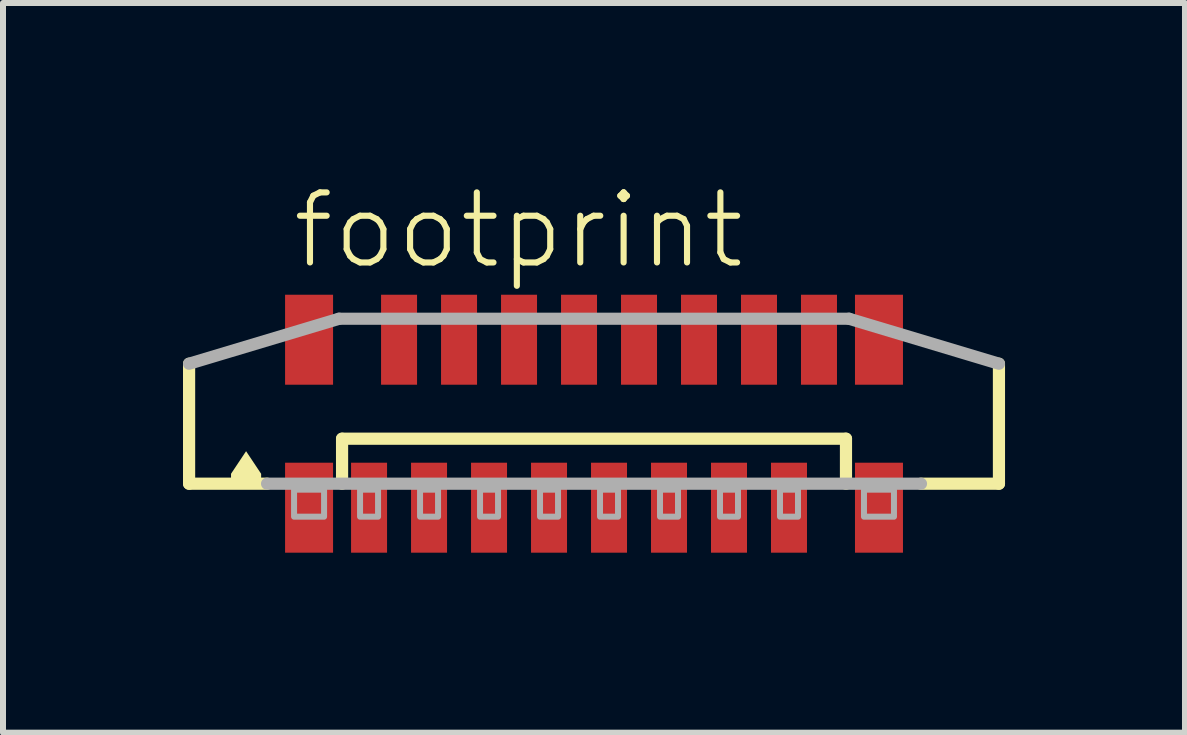
<source format=kicad_pcb>
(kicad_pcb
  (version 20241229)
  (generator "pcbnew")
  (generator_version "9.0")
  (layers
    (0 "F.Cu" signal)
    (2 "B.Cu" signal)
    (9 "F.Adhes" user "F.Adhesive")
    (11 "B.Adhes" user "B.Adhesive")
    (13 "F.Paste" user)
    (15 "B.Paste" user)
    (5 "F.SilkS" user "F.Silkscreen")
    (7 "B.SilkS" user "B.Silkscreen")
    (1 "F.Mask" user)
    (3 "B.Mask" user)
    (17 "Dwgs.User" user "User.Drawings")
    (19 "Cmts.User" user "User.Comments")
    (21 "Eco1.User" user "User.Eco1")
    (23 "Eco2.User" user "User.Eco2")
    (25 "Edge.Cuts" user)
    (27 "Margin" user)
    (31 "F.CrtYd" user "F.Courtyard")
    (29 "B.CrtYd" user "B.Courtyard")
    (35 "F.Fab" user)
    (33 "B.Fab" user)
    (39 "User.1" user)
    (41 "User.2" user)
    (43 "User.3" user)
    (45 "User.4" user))
  (footprint "footprint"
    (layer "F.Cu")
    (at 6.852 4.013)
    (property "Reference" "footprint" (at -5.08 -2.54 0) (layer "F.SilkS") (effects (font (size 1.168 1.168) (thickness 0.102)) (justify left bottom)))
    (fp_line (start -6.75 1) (end -6.75 -1) (stroke (width 0.203) (type solid)) (layer "F.SilkS"))
    (fp_line (start -5.45 1) (end -6.75 1) (stroke (width 0.203) (type solid)) (layer "F.SilkS"))
    (fp_line (start -4.2 0.25) (end 4.2 0.25) (stroke (width 0.203) (type solid)) (layer "F.SilkS"))
    (fp_line (start -4.2 1) (end -4.2 0.25) (stroke (width 0.203) (type solid)) (layer "F.SilkS"))
    (fp_line (start 4.2 0.25) (end 4.2 1) (stroke (width 0.203) (type solid)) (layer "F.SilkS"))
    (fp_line (start 6.75 -1) (end 6.75 1) (stroke (width 0.203) (type solid)) (layer "F.SilkS"))
    (fp_line (start 6.75 1) (end 5.45 1) (stroke (width 0.203) (type solid)) (layer "F.SilkS"))
    (fp_poly (pts (xy -5.549 0.835) (xy -5.549 1.001) (xy -6.051 1.001) (xy -6.051 0.835) (xy -5.8 0.458)) (stroke (width 0) (type solid)) (fill yes) (layer "F.SilkS"))
    (fp_line (start -6.75 -1) (end -4.25 -1.75) (stroke (width 0.203) (type solid)) (layer "F.Fab"))
    (fp_line (start -4.25 -1.75) (end 4.25 -1.75) (stroke (width 0.203) (type solid)) (layer "F.Fab"))
    (fp_line (start 4.25 -1.75) (end 6.75 -1) (stroke (width 0.203) (type solid)) (layer "F.Fab"))
    (fp_line (start 5.45 1) (end -5.45 1) (stroke (width 0.203) (type solid)) (layer "F.Fab"))
    (fp_poly (pts (xy -5 1.55) (xy -4.5 1.55) (xy -4.5 1.1) (xy -5 1.1)) (stroke (width 0.1) (type solid)) (fill no) (layer "F.Fab"))
    (fp_poly (pts (xy -3.9 1.55) (xy -3.6 1.55) (xy -3.6 1.1) (xy -3.9 1.1)) (stroke (width 0.1) (type solid)) (fill no) (layer "F.Fab"))
    (fp_poly (pts (xy -2.9 1.55) (xy -2.6 1.55) (xy -2.6 1.1) (xy -2.9 1.1)) (stroke (width 0.1) (type solid)) (fill no) (layer "F.Fab"))
    (fp_poly (pts (xy -1.9 1.55) (xy -1.6 1.55) (xy -1.6 1.1) (xy -1.9 1.1)) (stroke (width 0.1) (type solid)) (fill no) (layer "F.Fab"))
    (fp_poly (pts (xy -0.9 1.55) (xy -0.6 1.55) (xy -0.6 1.1) (xy -0.9 1.1)) (stroke (width 0.1) (type solid)) (fill no) (layer "F.Fab"))
    (fp_poly (pts (xy 0.1 1.55) (xy 0.4 1.55) (xy 0.4 1.1) (xy 0.1 1.1)) (stroke (width 0.1) (type solid)) (fill no) (layer "F.Fab"))
    (fp_poly (pts (xy 1.1 1.55) (xy 1.4 1.55) (xy 1.4 1.1) (xy 1.1 1.1)) (stroke (width 0.1) (type solid)) (fill no) (layer "F.Fab"))
    (fp_poly (pts (xy 2.1 1.55) (xy 2.4 1.55) (xy 2.4 1.1) (xy 2.1 1.1)) (stroke (width 0.1) (type solid)) (fill no) (layer "F.Fab"))
    (fp_poly (pts (xy 3.1 1.55) (xy 3.4 1.55) (xy 3.4 1.1) (xy 3.1 1.1)) (stroke (width 0.1) (type solid)) (fill no) (layer "F.Fab"))
    (fp_poly (pts (xy 4.5 1.55) (xy 5 1.55) (xy 5 1.1) (xy 4.5 1.1)) (stroke (width 0.1) (type solid)) (fill no) (layer "F.Fab"))
    (pad "1" smd rect (at -3.75 1.4) (size 0.6 1.5) (layers "F.Cu" "F.Mask" "F.Paste"))
    (pad "2" smd rect (at -3.25 -1.4 180) (size 0.6 1.5) (layers "F.Cu" "F.Mask" "F.Paste"))
    (pad "3" smd rect (at -2.75 1.4) (size 0.6 1.5) (layers "F.Cu" "F.Mask" "F.Paste"))
    (pad "4" smd rect (at -2.25 -1.4 180) (size 0.6 1.5) (layers "F.Cu" "F.Mask" "F.Paste"))
    (pad "5" smd rect (at -1.75 1.4) (size 0.6 1.5) (layers "F.Cu" "F.Mask" "F.Paste"))
    (pad "6" smd rect (at -1.25 -1.4 180) (size 0.6 1.5) (layers "F.Cu" "F.Mask" "F.Paste"))
    (pad "7" smd rect (at -0.75 1.4) (size 0.6 1.5) (layers "F.Cu" "F.Mask" "F.Paste"))
    (pad "8" smd rect (at -0.25 -1.4 180) (size 0.6 1.5) (layers "F.Cu" "F.Mask" "F.Paste"))
    (pad "9" smd rect (at 0.25 1.4) (size 0.6 1.5) (layers "F.Cu" "F.Mask" "F.Paste"))
    (pad "10" smd rect (at 0.75 -1.4 180) (size 0.6 1.5) (layers "F.Cu" "F.Mask" "F.Paste"))
    (pad "11" smd rect (at 1.25 1.4) (size 0.6 1.5) (layers "F.Cu" "F.Mask" "F.Paste"))
    (pad "12" smd rect (at 1.75 -1.4 180) (size 0.6 1.5) (layers "F.Cu" "F.Mask" "F.Paste"))
    (pad "13" smd rect (at 2.25 1.4) (size 0.6 1.5) (layers "F.Cu" "F.Mask" "F.Paste"))
    (pad "14" smd rect (at 2.75 -1.4 180) (size 0.6 1.5) (layers "F.Cu" "F.Mask" "F.Paste"))
    (pad "15" smd rect (at 3.25 1.4) (size 0.6 1.5) (layers "F.Cu" "F.Mask" "F.Paste"))
    (pad "16" smd rect (at 3.75 -1.4 180) (size 0.6 1.5) (layers "F.Cu" "F.Mask" "F.Paste"))
    (pad "M1" smd rect (at -4.75 1.4) (size 0.8 1.5) (layers "F.Cu" "F.Mask" "F.Paste"))
    (pad "M2" smd rect (at 4.75 1.4) (size 0.8 1.5) (layers "F.Cu" "F.Mask" "F.Paste"))
    (pad "M3" smd rect (at 4.75 -1.4 180) (size 0.8 1.5) (layers "F.Cu" "F.Mask" "F.Paste"))
    (pad "M4" smd rect (at -4.75 -1.4 180) (size 0.8 1.5) (layers "F.Cu" "F.Mask" "F.Paste")))
  (gr_rect
    (start -3 -3)
    (end 16.703 9.163)
    (stroke (width 0.1) (type default))
    (fill no)
    (layer "Edge.Cuts")))
</source>
